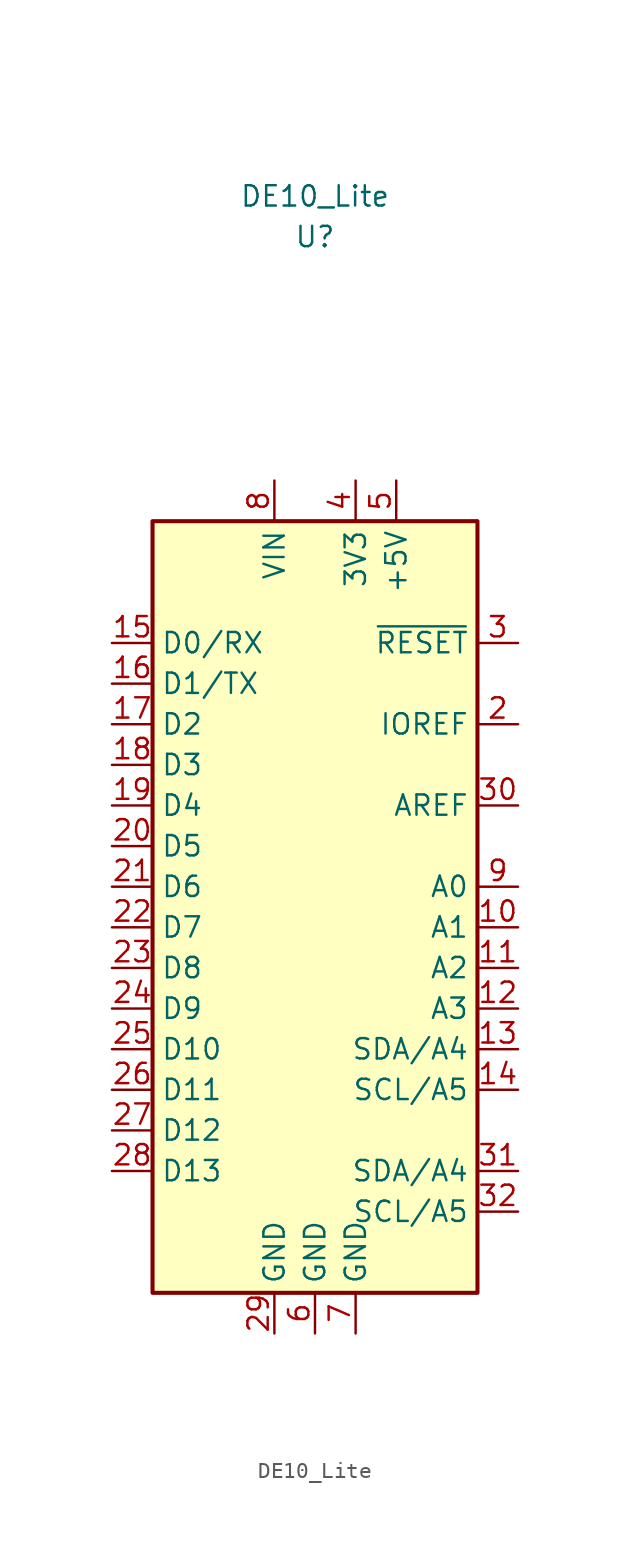
<source format=kicad_sym>
(kicad_symbol_lib
  (version 20211014)
  (generator kicad_symbol_editor)
  (symbol "DE10_Lite"
    (property "Reference" "U"
      (at 0 40.64 0)
      (effects (font (size 1.27 1.27))))
    (property "Value" "DE10_Lite"
      (at 0 43.18 0)
      (effects (font (size 1.27 1.27))))
    (symbol "DE10_Lite_0_1"
      (rectangle (start -10.16 22.86) (end 10.16 -25.4) (stroke (width 0.254) (type default) (color 0 0 0 0)) (fill (type background))))
    (symbol "DE10_Lite_1_1"
      (pin no_connect line (at -10.16 -20.32 0) (length 2.54) hide (name "NC" (effects (font (size 1.27 1.27)))) (number "1" (effects (font (size 1.27 1.27)))))
      (pin bidirectional line (at 12.7 -2.54 180) (length 2.54) (name "A1" (effects (font (size 1.27 1.27)))) (number "10" (effects (font (size 1.27 1.27)))))
      (pin bidirectional line (at 12.7 -5.08 180) (length 2.54) (name "A2" (effects (font (size 1.27 1.27)))) (number "11" (effects (font (size 1.27 1.27)))))
      (pin bidirectional line (at 12.7 -7.62 180) (length 2.54) (name "A3" (effects (font (size 1.27 1.27)))) (number "12" (effects (font (size 1.27 1.27)))))
      (pin bidirectional line (at 12.7 -10.16 180) (length 2.54) (name "SDA/A4" (effects (font (size 1.27 1.27)))) (number "13" (effects (font (size 1.27 1.27)))))
      (pin bidirectional line (at 12.7 -12.7 180) (length 2.54) (name "SCL/A5" (effects (font (size 1.27 1.27)))) (number "14" (effects (font (size 1.27 1.27)))))
      (pin bidirectional line (at -12.7 15.24 0) (length 2.54) (name "D0/RX" (effects (font (size 1.27 1.27)))) (number "15" (effects (font (size 1.27 1.27)))))
      (pin bidirectional line (at -12.7 12.7 0) (length 2.54) (name "D1/TX" (effects (font (size 1.27 1.27)))) (number "16" (effects (font (size 1.27 1.27)))))
      (pin bidirectional line (at -12.7 10.16 0) (length 2.54) (name "D2" (effects (font (size 1.27 1.27)))) (number "17" (effects (font (size 1.27 1.27)))))
      (pin bidirectional line (at -12.7 7.62 0) (length 2.54) (name "D3" (effects (font (size 1.27 1.27)))) (number "18" (effects (font (size 1.27 1.27)))))
      (pin bidirectional line (at -12.7 5.08 0) (length 2.54) (name "D4" (effects (font (size 1.27 1.27)))) (number "19" (effects (font (size 1.27 1.27)))))
      (pin output line (at 12.7 10.16 180) (length 2.54) (name "IOREF" (effects (font (size 1.27 1.27)))) (number "2" (effects (font (size 1.27 1.27)))))
      (pin bidirectional line (at -12.7 2.54 0) (length 2.54) (name "D5" (effects (font (size 1.27 1.27)))) (number "20" (effects (font (size 1.27 1.27)))))
      (pin bidirectional line (at -12.7 0 0) (length 2.54) (name "D6" (effects (font (size 1.27 1.27)))) (number "21" (effects (font (size 1.27 1.27)))))
      (pin bidirectional line (at -12.7 -2.54 0) (length 2.54) (name "D7" (effects (font (size 1.27 1.27)))) (number "22" (effects (font (size 1.27 1.27)))))
      (pin bidirectional line (at -12.7 -5.08 0) (length 2.54) (name "D8" (effects (font (size 1.27 1.27)))) (number "23" (effects (font (size 1.27 1.27)))))
      (pin bidirectional line (at -12.7 -7.62 0) (length 2.54) (name "D9" (effects (font (size 1.27 1.27)))) (number "24" (effects (font (size 1.27 1.27)))))
      (pin bidirectional line (at -12.7 -10.16 0) (length 2.54) (name "D10" (effects (font (size 1.27 1.27)))) (number "25" (effects (font (size 1.27 1.27)))))
      (pin bidirectional line (at -12.7 -12.7 0) (length 2.54) (name "D11" (effects (font (size 1.27 1.27)))) (number "26" (effects (font (size 1.27 1.27)))))
      (pin bidirectional line (at -12.7 -15.24 0) (length 2.54) (name "D12" (effects (font (size 1.27 1.27)))) (number "27" (effects (font (size 1.27 1.27)))))
      (pin bidirectional line (at -12.7 -17.78 0) (length 2.54) (name "D13" (effects (font (size 1.27 1.27)))) (number "28" (effects (font (size 1.27 1.27)))))
      (pin power_in line (at -2.54 -27.94 90) (length 2.54) (name "GND" (effects (font (size 1.27 1.27)))) (number "29" (effects (font (size 1.27 1.27)))))
      (pin input line (at 12.7 15.24 180) (length 2.54) (name "~{RESET}" (effects (font (size 1.27 1.27)))) (number "3" (effects (font (size 1.27 1.27)))))
      (pin input line (at 12.7 5.08 180) (length 2.54) (name "AREF" (effects (font (size 1.27 1.27)))) (number "30" (effects (font (size 1.27 1.27)))))
      (pin bidirectional line (at 12.7 -17.78 180) (length 2.54) (name "SDA/A4" (effects (font (size 1.27 1.27)))) (number "31" (effects (font (size 1.27 1.27)))))
      (pin bidirectional line (at 12.7 -20.32 180) (length 2.54) (name "SCL/A5" (effects (font (size 1.27 1.27)))) (number "32" (effects (font (size 1.27 1.27)))))
      (pin power_out line (at 2.54 25.4 270) (length 2.54) (name "3V3" (effects (font (size 1.27 1.27)))) (number "4" (effects (font (size 1.27 1.27)))))
      (pin power_out line (at 5.08 25.4 270) (length 2.54) (name "+5V" (effects (font (size 1.27 1.27)))) (number "5" (effects (font (size 1.27 1.27)))))
      (pin power_in line (at 0 -27.94 90) (length 2.54) (name "GND" (effects (font (size 1.27 1.27)))) (number "6" (effects (font (size 1.27 1.27)))))
      (pin power_in line (at 2.54 -27.94 90) (length 2.54) (name "GND" (effects (font (size 1.27 1.27)))) (number "7" (effects (font (size 1.27 1.27)))))
      (pin power_in line (at -2.54 25.4 270) (length 2.54) (name "VIN" (effects (font (size 1.27 1.27)))) (number "8" (effects (font (size 1.27 1.27)))))
      (pin bidirectional line (at 12.7 0 180) (length 2.54) (name "A0" (effects (font (size 1.27 1.27)))) (number "9" (effects (font (size 1.27 1.27))))))))
</source>
